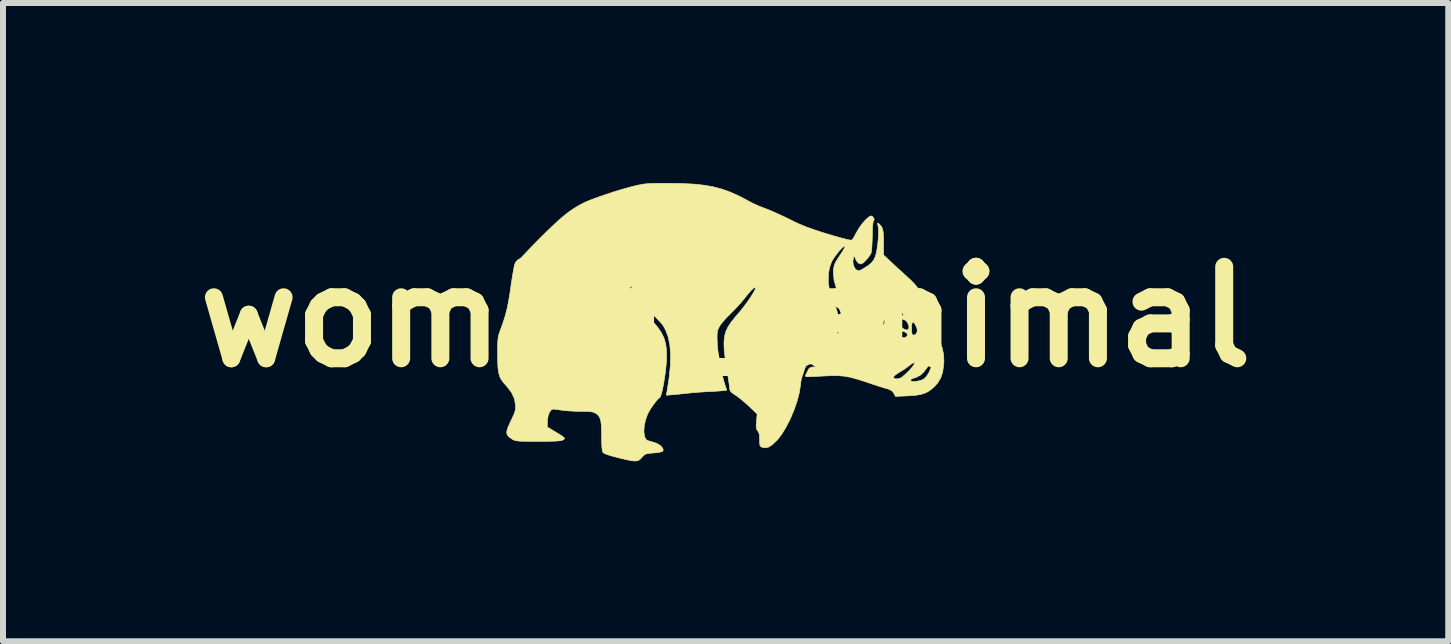
<source format=kicad_pcb>
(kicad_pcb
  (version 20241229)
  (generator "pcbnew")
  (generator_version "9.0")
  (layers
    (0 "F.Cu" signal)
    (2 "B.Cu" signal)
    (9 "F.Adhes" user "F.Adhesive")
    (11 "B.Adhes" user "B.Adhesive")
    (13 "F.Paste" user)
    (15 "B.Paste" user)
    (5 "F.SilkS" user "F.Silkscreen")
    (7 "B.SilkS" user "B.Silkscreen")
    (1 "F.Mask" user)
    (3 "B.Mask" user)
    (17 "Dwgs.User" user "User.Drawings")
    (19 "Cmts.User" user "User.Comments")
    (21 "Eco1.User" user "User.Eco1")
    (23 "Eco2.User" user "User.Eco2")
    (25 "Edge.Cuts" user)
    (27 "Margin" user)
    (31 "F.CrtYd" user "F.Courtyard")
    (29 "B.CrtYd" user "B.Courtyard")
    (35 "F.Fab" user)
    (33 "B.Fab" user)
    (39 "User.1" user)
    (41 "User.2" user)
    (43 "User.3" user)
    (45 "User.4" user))
  (footprint "wombat_animal"
    (layer "F.Cu")
    (at 9.042 2.231)
    (property "Reference" "wombat_animal" (at 0 0 0) (layer "F.SilkS") (effects (font (size 1.524 1.524) (thickness 0.3))))
    (attr through_hole)
    (fp_poly (pts (xy -0.94 -2.226) (xy -0.722 -2.222) (xy -0.531 -2.213) (xy -0.363 -2.195) (xy -0.211 -2.169) (xy -0.069 -2.132) (xy 0.068 -2.084) (xy 0.206 -2.023) (xy 0.351 -1.948) (xy 0.392 -1.925) (xy 0.468 -1.886) (xy 0.555 -1.847) (xy 0.62 -1.822) (xy 0.699 -1.792) (xy 0.8 -1.749) (xy 0.913 -1.698) (xy 1.031 -1.643) (xy 1.145 -1.586) (xy 1.169 -1.574) (xy 1.247 -1.539) (xy 1.351 -1.497) (xy 1.475 -1.453) (xy 1.611 -1.408) (xy 1.752 -1.365) (xy 1.891 -1.325) (xy 2.022 -1.291) (xy 2.068 -1.281) (xy 2.091 -1.278) (xy 2.11 -1.286) (xy 2.129 -1.311) (xy 2.155 -1.358) (xy 2.173 -1.393) (xy 2.22 -1.474) (xy 2.276 -1.553) (xy 2.335 -1.62) (xy 2.39 -1.667) (xy 2.406 -1.677) (xy 2.434 -1.682) (xy 2.46 -1.66) (xy 2.463 -1.656) (xy 2.478 -1.625) (xy 2.47 -1.607) (xy 2.468 -1.606) (xy 2.459 -1.586) (xy 2.452 -1.537) (xy 2.447 -1.457) (xy 2.445 -1.351) (xy 2.442 -1.26) (xy 2.438 -1.178) (xy 2.432 -1.112) (xy 2.426 -1.07) (xy 2.424 -1.063) (xy 2.4 -1.02) (xy 2.363 -0.971) (xy 2.321 -0.926) (xy 2.282 -0.893) (xy 2.253 -0.881) (xy 2.214 -0.896) (xy 2.179 -0.936) (xy 2.159 -0.982) (xy 2.146 -1.024) (xy 2.13 -0.982) (xy 2.121 -0.923) (xy 2.13 -0.86) (xy 2.155 -0.807) (xy 2.178 -0.785) (xy 2.202 -0.771) (xy 2.224 -0.77) (xy 2.255 -0.781) (xy 2.303 -0.809) (xy 2.313 -0.815) (xy 2.381 -0.859) (xy 2.433 -0.902) (xy 2.47 -0.951) (xy 2.497 -1.011) (xy 2.517 -1.089) (xy 2.533 -1.192) (xy 2.541 -1.262) (xy 2.55 -1.384) (xy 2.548 -1.473) (xy 2.543 -1.504) (xy 2.533 -1.549) (xy 2.533 -1.565) (xy 2.546 -1.559) (xy 2.56 -1.547) (xy 2.589 -1.517) (xy 2.609 -1.483) (xy 2.622 -1.44) (xy 2.629 -1.38) (xy 2.632 -1.296) (xy 2.632 -1.239) (xy 2.633 -1.031) (xy 2.736 -0.934) (xy 2.792 -0.883) (xy 2.862 -0.817) (xy 2.938 -0.748) (xy 2.994 -0.697) (xy 3.079 -0.619) (xy 3.142 -0.556) (xy 3.187 -0.503) (xy 3.219 -0.453) (xy 3.241 -0.402) (xy 3.258 -0.343) (xy 3.261 -0.329) (xy 3.282 -0.257) (xy 3.311 -0.171) (xy 3.345 -0.086) (xy 3.354 -0.065) (xy 3.383 0.000469) (xy 3.405 0.055) (xy 3.419 0.09) (xy 3.421 0.098) (xy 3.428 0.119) (xy 3.448 0.163) (xy 3.478 0.223) (xy 3.505 0.276) (xy 3.567 0.403) (xy 3.608 0.513) (xy 3.631 0.616) (xy 3.638 0.721) (xy 3.635 0.792) (xy 3.618 0.916) (xy 3.585 1.017) (xy 3.532 1.104) (xy 3.47 1.171) (xy 3.407 1.224) (xy 3.342 1.262) (xy 3.267 1.289) (xy 3.175 1.305) (xy 3.059 1.315) (xy 3.028 1.316) (xy 2.831 1.325) (xy 2.804 1.273) (xy 2.771 1.231) (xy 2.72 1.206) (xy 2.705 1.201) (xy 2.653 1.186) (xy 2.583 1.165) (xy 2.51 1.141) (xy 2.506 1.14) (xy 2.364 1.092) (xy 2.248 1.054) (xy 2.241 1.052) (xy 3.083 1.052) (xy 3.094 1.073) (xy 3.119 1.079) (xy 3.164 1.076) (xy 3.217 1.067) (xy 3.267 1.053) (xy 3.298 1.039) (xy 3.346 0.994) (xy 3.389 0.928) (xy 3.42 0.854) (xy 3.429 0.817) (xy 3.434 0.773) (xy 3.434 0.748) (xy 3.432 0.745) (xy 3.419 0.758) (xy 3.394 0.792) (xy 3.363 0.837) (xy 3.303 0.918) (xy 3.245 0.972) (xy 3.181 1.006) (xy 3.147 1.017) (xy 3.099 1.034) (xy 3.083 1.052) (xy 2.241 1.052) (xy 2.151 1.025) (xy 2.12 1.017) (xy 2.798 1.017) (xy 2.822 1.031) (xy 2.852 1.033) (xy 2.896 1.027) (xy 2.938 1.006) (xy 2.989 0.963) (xy 2.99 0.962) (xy 3.051 0.903) (xy 3.1 0.849) (xy 3.135 0.804) (xy 3.15 0.774) (xy 3.144 0.762) (xy 3.143 0.762) (xy 3.115 0.773) (xy 3.076 0.799) (xy 3.059 0.812) (xy 3.013 0.848) (xy 2.951 0.89) (xy 2.902 0.919) (xy 2.838 0.96) (xy 2.803 0.993) (xy 2.798 1.017) (xy 2.12 1.017) (xy 2.068 1.004) (xy 1.992 0.99) (xy 1.917 0.982) (xy 1.837 0.979) (xy 1.746 0.98) (xy 1.638 0.985) (xy 1.527 0.991) (xy 1.44 0.995) (xy 1.383 0.997) (xy 1.348 0.996) (xy 1.332 0.991) (xy 1.33 0.981) (xy 1.334 0.971) (xy 1.352 0.933) (xy 1.374 0.889) (xy 1.391 0.86) (xy 1.413 0.844) (xy 1.452 0.835) (xy 1.499 0.83) (xy 1.568 0.822) (xy 1.61 0.811) (xy 1.634 0.793) (xy 1.647 0.764) (xy 1.648 0.761) (xy 1.651 0.739) (xy 1.639 0.731) (xy 1.604 0.734) (xy 1.586 0.736) (xy 1.516 0.751) (xy 1.447 0.77) (xy 1.388 0.791) (xy 1.349 0.811) (xy 1.341 0.818) (xy 1.326 0.846) (xy 1.309 0.892) (xy 1.305 0.906) (xy 1.288 0.958) (xy 1.273 1.001) (xy 1.27 1.008) (xy 1.261 1.043) (xy 1.252 1.097) (xy 1.247 1.143) (xy 1.227 1.269) (xy 1.19 1.409) (xy 1.139 1.555) (xy 1.078 1.7) (xy 1.009 1.835) (xy 0.937 1.954) (xy 0.865 2.048) (xy 0.849 2.064) (xy 0.778 2.13) (xy 0.718 2.169) (xy 0.664 2.182) (xy 0.611 2.174) (xy 0.588 2.163) (xy 0.574 2.146) (xy 0.569 2.114) (xy 0.567 2.058) (xy 0.567 2.046) (xy 0.565 1.977) (xy 0.555 1.931) (xy 0.536 1.9) (xy 0.535 1.899) (xy 0.519 1.875) (xy 0.511 1.846) (xy 0.51 1.802) (xy 0.515 1.74) (xy 0.526 1.618) (xy 0.392 1.49) (xy 0.325 1.43) (xy 0.255 1.371) (xy 0.193 1.323) (xy 0.164 1.304) (xy 0.11 1.267) (xy 0.081 1.238) (xy 0.069 1.21) (xy 0.069 1.199) (xy 0.066 1.168) (xy 0.058 1.11) (xy 0.046 1.031) (xy 0.032 0.936) (xy 0.015 0.835) (xy -0.009 0.674) (xy -0.024 0.54) (xy -0.027 0.428) (xy -0.019 0.332) (xy -0.008 0.29) (xy 2.661 0.29) (xy 2.669 0.338) (xy 2.699 0.387) (xy 2.704 0.393) (xy 2.745 0.426) (xy 2.791 0.439) (xy 2.823 0.44) (xy 2.879 0.434) (xy 2.905 0.418) (xy 2.906 0.416) (xy 2.906 0.383) (xy 2.897 0.358) (xy 2.887 0.335) (xy 2.896 0.331) (xy 2.93 0.341) (xy 2.98 0.348) (xy 3.017 0.331) (xy 3.031 0.296) (xy 3.031 0.295) (xy 3.016 0.268) (xy 2.98 0.247) (xy 2.936 0.237) (xy 2.934 0.237) (xy 2.9 0.225) (xy 2.864 0.197) (xy 2.862 0.195) (xy 2.821 0.161) (xy 2.793 0.155) (xy 2.778 0.178) (xy 2.777 0.193) (xy 2.771 0.223) (xy 2.749 0.226) (xy 2.743 0.225) (xy 2.7 0.226) (xy 2.672 0.25) (xy 2.661 0.29) (xy -0.008 0.29) (xy 0.003 0.248) (xy 0.04 0.168) (xy 0.092 0.089) (xy 0.16 0.003) (xy 0.19 -0.031) (xy 0.253 -0.105) (xy 0.314 -0.183) (xy 0.371 -0.261) (xy 0.421 -0.334) (xy 0.461 -0.398) (xy 0.488 -0.448) (xy 0.499 -0.481) (xy 0.492 -0.491) (xy 0.468 -0.48) (xy 0.431 -0.447) (xy 0.38 -0.39) (xy 0.313 -0.306) (xy 0.312 -0.305) (xy 0.253 -0.234) (xy 0.181 -0.155) (xy 0.108 -0.08) (xy 0.082 -0.054) (xy 0.021 0.007) (xy -0.035 0.069) (xy -0.08 0.124) (xy -0.096 0.149) (xy -0.118 0.188) (xy -0.132 0.223) (xy -0.139 0.263) (xy -0.142 0.318) (xy -0.141 0.397) (xy -0.141 0.398) (xy -0.135 0.505) (xy -0.12 0.633) (xy -0.098 0.771) (xy -0.071 0.907) (xy -0.041 1.031) (xy -0.017 1.111) (xy 0.000403 1.165) (xy 0.013 1.205) (xy 0.017 1.221) (xy 0.001 1.225) (xy -0.043 1.23) (xy -0.108 1.235) (xy -0.19 1.24) (xy -0.224 1.242) (xy -0.326 1.247) (xy -0.429 1.254) (xy -0.523 1.261) (xy -0.595 1.268) (xy -0.601 1.269) (xy -0.688 1.278) (xy -0.784 1.288) (xy -0.862 1.295) (xy -0.987 1.306) (xy -0.976 1.242) (xy -0.94 1.009) (xy -0.92 0.804) (xy -0.917 0.625) (xy -0.929 0.468) (xy -0.957 0.332) (xy -1.002 0.215) (xy -1.007 0.204) (xy -1.026 0.169) (xy -1.047 0.136) (xy -1.075 0.101) (xy -1.112 0.06) (xy -1.163 0.008) (xy -1.232 -0.059) (xy -1.311 -0.135) (xy -1.384 -0.207) (xy -1.437 -0.271) (xy -1.478 -0.335) (xy -1.503 -0.384) (xy -1.539 -0.455) (xy -1.566 -0.496) (xy -1.584 -0.508) (xy -1.592 -0.49) (xy -1.592 -0.484) (xy -1.586 -0.457) (xy -1.571 -0.408) (xy -1.55 -0.347) (xy -1.546 -0.335) (xy -1.525 -0.283) (xy -1.504 -0.24) (xy -1.476 -0.199) (xy -1.437 -0.153) (xy -1.382 -0.096) (xy -1.328 -0.042) (xy -1.218 0.071) (xy -1.133 0.171) (xy -1.07 0.263) (xy -1.026 0.354) (xy -0.999 0.448) (xy -0.985 0.552) (xy -0.982 0.648) (xy -0.985 0.73) (xy -0.993 0.824) (xy -1.004 0.925) (xy -1.019 1.027) (xy -1.035 1.124) (xy -1.052 1.21) (xy -1.07 1.28) (xy -1.086 1.328) (xy -1.1 1.347) (xy -1.125 1.367) (xy -1.162 1.409) (xy -1.204 1.464) (xy -1.246 1.526) (xy -1.282 1.587) (xy -1.303 1.629) (xy -1.336 1.722) (xy -1.356 1.819) (xy -1.362 1.91) (xy -1.353 1.983) (xy -1.351 1.989) (xy -1.335 2.03) (xy -1.314 2.053) (xy -1.276 2.068) (xy -1.244 2.076) (xy -1.153 2.105) (xy -1.085 2.145) (xy -1.048 2.189) (xy -1.039 2.218) (xy -1.05 2.239) (xy -1.086 2.253) (xy -1.149 2.263) (xy -1.204 2.268) (xy -1.273 2.274) (xy -1.318 2.282) (xy -1.348 2.294) (xy -1.373 2.317) (xy -1.395 2.341) (xy -1.422 2.37) (xy -1.449 2.39) (xy -1.483 2.4) (xy -1.528 2.401) (xy -1.589 2.393) (xy -1.672 2.375) (xy -1.782 2.349) (xy -1.794 2.346) (xy -1.905 2.316) (xy -1.984 2.291) (xy -2.032 2.269) (xy -2.044 2.259) (xy -2.054 2.231) (xy -2.061 2.178) (xy -2.065 2.098) (xy -2.066 1.999) (xy -2.067 1.882) (xy -2.072 1.793) (xy -2.081 1.727) (xy -2.097 1.679) (xy -2.119 1.645) (xy -2.149 1.617) (xy -2.156 1.613) (xy -2.184 1.596) (xy -2.215 1.585) (xy -2.257 1.578) (xy -2.316 1.575) (xy -2.4 1.575) (xy -2.493 1.573) (xy -2.589 1.568) (xy -2.674 1.562) (xy -2.712 1.557) (xy -2.778 1.548) (xy -2.833 1.54) (xy -2.867 1.536) (xy -2.869 1.536) (xy -2.903 1.548) (xy -2.934 1.587) (xy -2.957 1.646) (xy -2.969 1.719) (xy -2.97 1.74) (xy -2.972 1.835) (xy -2.839 1.915) (xy -2.765 1.96) (xy -2.717 1.991) (xy -2.691 2.013) (xy -2.685 2.028) (xy -2.694 2.041) (xy -2.712 2.052) (xy -2.735 2.06) (xy -2.776 2.066) (xy -2.837 2.07) (xy -2.923 2.073) (xy -3.036 2.074) (xy -3.124 2.074) (xy -3.246 2.074) (xy -3.34 2.073) (xy -3.409 2.072) (xy -3.459 2.068) (xy -3.494 2.063) (xy -3.52 2.056) (xy -3.542 2.046) (xy -3.557 2.037) (xy -3.604 2.005) (xy -3.634 1.974) (xy -3.647 1.939) (xy -3.644 1.894) (xy -3.624 1.834) (xy -3.587 1.752) (xy -3.559 1.694) (xy -3.526 1.621) (xy -3.507 1.565) (xy -3.5 1.514) (xy -3.5 1.479) (xy -3.518 1.367) (xy -3.567 1.261) (xy -3.647 1.156) (xy -3.656 1.146) (xy -3.704 1.092) (xy -3.74 1.042) (xy -3.765 0.99) (xy -3.782 0.928) (xy -3.793 0.852) (xy -3.798 0.754) (xy -3.799 0.628) (xy -3.799 0.627) (xy -3.8 0.521) (xy -3.798 0.443) (xy -3.795 0.384) (xy -3.789 0.337) (xy -3.779 0.295) (xy -3.765 0.251) (xy -3.753 0.22) (xy -3.707 0.091) (xy -3.67 -0.027) (xy -3.64 -0.144) (xy -3.615 -0.27) (xy -3.591 -0.416) (xy -3.581 -0.488) (xy -3.568 -0.579) (xy 1.711 -0.579) (xy 1.728 -0.466) (xy 1.741 -0.423) (xy 1.784 -0.304) (xy 1.818 -0.211) (xy 1.842 -0.141) (xy 1.859 -0.087) (xy 1.869 -0.046) (xy 1.874 -0.012) (xy 1.874 0.02) (xy 1.871 0.056) (xy 1.867 0.099) (xy 1.866 0.113) (xy 1.858 0.203) (xy 1.856 0.261) (xy 1.862 0.285) (xy 1.875 0.277) (xy 1.896 0.237) (xy 1.927 0.163) (xy 1.942 0.125) (xy 1.951 0.1) (xy 2.625 0.1) (xy 2.626 0.144) (xy 2.658 0.102) (xy 2.665 0.093) (xy 2.812 0.093) (xy 2.83 0.102) (xy 2.853 0.112) (xy 2.89 0.139) (xy 2.915 0.161) (xy 2.971 0.203) (xy 3.016 0.219) (xy 3.046 0.208) (xy 3.054 0.195) (xy 3.054 0.183) (xy 3.099 0.183) (xy 3.101 0.239) (xy 3.105 0.279) (xy 3.11 0.294) (xy 3.14 0.305) (xy 3.171 0.287) (xy 3.186 0.264) (xy 3.195 0.229) (xy 3.187 0.187) (xy 3.174 0.154) (xy 3.146 0.103) (xy 3.124 0.085) (xy 3.108 0.1) (xy 3.1 0.147) (xy 3.099 0.183) (xy 3.054 0.183) (xy 3.055 0.153) (xy 3.036 0.103) (xy 3.006 0.062) (xy 2.963 0.04) (xy 2.907 0.035) (xy 2.851 0.048) (xy 2.844 0.051) (xy 2.817 0.073) (xy 2.812 0.093) (xy 2.665 0.093) (xy 2.691 0.061) (xy 2.717 0.03) (xy 2.753 0.008) (xy 2.814 0.000152) (xy 2.826 0) (xy 2.881 -0.002) (xy 2.924 -0.007) (xy 2.937 -0.01) (xy 2.961 -0.031) (xy 2.957 -0.058) (xy 2.926 -0.081) (xy 2.917 -0.085) (xy 2.866 -0.107) (xy 2.823 -0.129) (xy 2.774 -0.146) (xy 2.74 -0.139) (xy 2.726 -0.108) (xy 2.726 -0.104) (xy 2.716 -0.073) (xy 2.691 -0.029) (xy 2.675 -0.008) (xy 2.645 0.039) (xy 2.627 0.085) (xy 2.625 0.1) (xy 1.951 0.1) (xy 1.977 0.026) (xy 1.995 -0.054) (xy 1.995 -0.125) (xy 1.977 -0.197) (xy 1.94 -0.28) (xy 1.915 -0.328) (xy 1.847 -0.473) (xy 1.808 -0.608) (xy 1.796 -0.737) (xy 1.798 -0.787) (xy 1.805 -0.836) (xy 1.818 -0.88) (xy 1.842 -0.928) (xy 1.881 -0.989) (xy 1.905 -1.025) (xy 1.945 -1.086) (xy 1.974 -1.136) (xy 1.99 -1.17) (xy 1.991 -1.181) (xy 1.973 -1.177) (xy 1.941 -1.151) (xy 1.901 -1.108) (xy 1.858 -1.055) (xy 1.815 -0.998) (xy 1.78 -0.943) (xy 1.765 -0.915) (xy 1.73 -0.816) (xy 1.712 -0.699) (xy 1.711 -0.579) (xy -3.568 -0.579) (xy -3.566 -0.591) (xy -3.551 -0.685) (xy -3.537 -0.765) (xy -3.526 -0.824) (xy -3.518 -0.854) (xy -3.501 -0.878) (xy -3.464 -0.922) (xy -3.409 -0.984) (xy -3.338 -1.059) (xy -3.256 -1.145) (xy -3.165 -1.238) (xy -3.117 -1.287) (xy -2.985 -1.418) (xy -2.871 -1.527) (xy -2.773 -1.618) (xy -2.685 -1.693) (xy -2.605 -1.755) (xy -2.527 -1.808) (xy -2.449 -1.855) (xy -2.365 -1.9) (xy -2.358 -1.903) (xy -2.293 -1.932) (xy -2.203 -1.967) (xy -2.095 -2.006) (xy -1.974 -2.047) (xy -1.85 -2.088) (xy -1.727 -2.125) (xy -1.615 -2.157) (xy -1.529 -2.179) (xy -1.462 -2.195) (xy -1.405 -2.206) (xy -1.352 -2.215) (xy -1.295 -2.22) (xy -1.228 -2.224) (xy -1.145 -2.225) (xy -1.039 -2.226) (xy -0.94 -2.226)) (stroke (width 0.01) (type solid)) (fill yes) (layer "F.SilkS")))
  (gr_rect
    (start -3 -3)
    (end 21.085 7.637)
    (stroke (width 0.1) (type default))
    (fill no)
    (layer "Edge.Cuts")))
</source>
